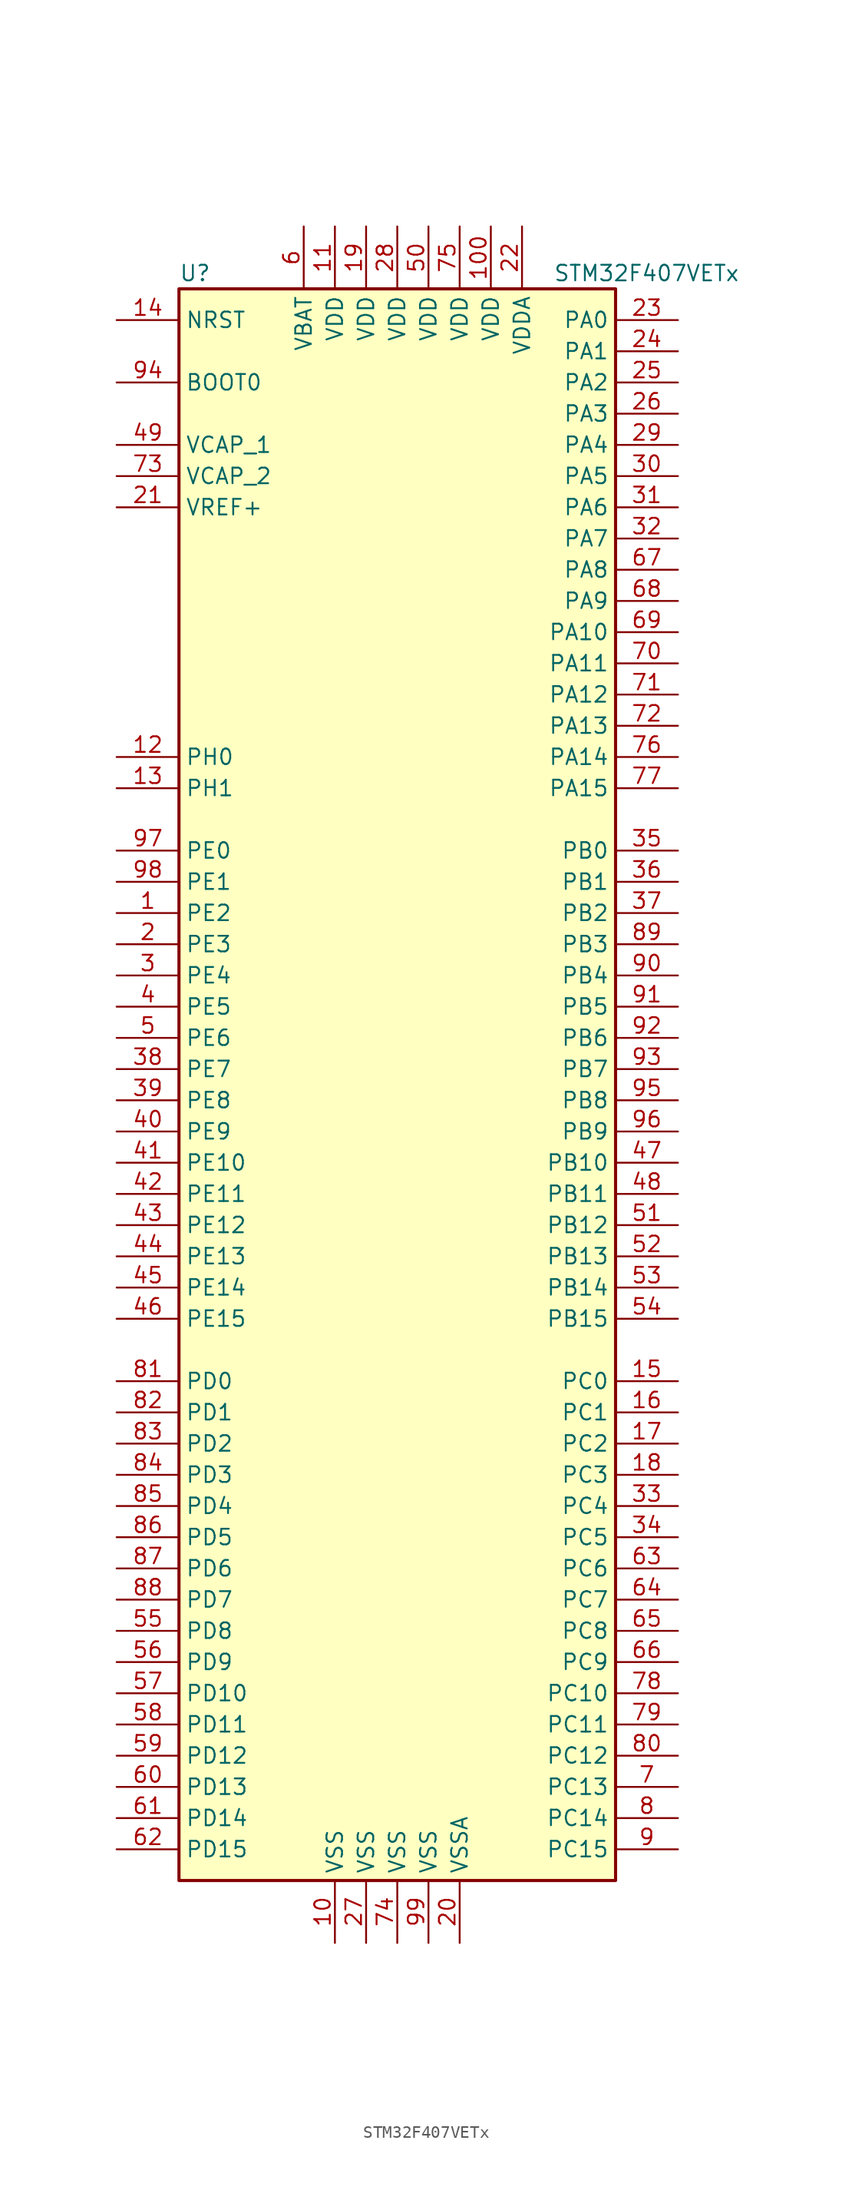
<source format=kicad_sym>
(kicad_symbol_lib
  (version 20211014)
  (generator kicad_symbol_editor)
  (symbol "STM32F407VETx"
    (property "Reference" "U"
      (at -17.78 64.77 0)
      (effects (font (size 1.27 1.27)) (justify left)))
    (property "Value" "STM32F407VETx"
      (at 12.7 64.77 0)
      (effects (font (size 1.27 1.27)) (justify left)))
    (symbol "STM32F407VETx_0_1"
      (rectangle (start -17.78 -66.04) (end 17.78 63.5) (stroke (width 0.254) (type default) (color 0 0 0 0)) (fill (type background))))
    (symbol "STM32F407VETx_1_1"
      (pin bidirectional line (at -22.86 12.7 0) (length 5.08) (name "PE2" (effects (font (size 1.27 1.27)))) (number "1" (effects (font (size 1.27 1.27)))))
      (pin power_in line (at -5.08 -71.12 90) (length 5.08) (name "VSS" (effects (font (size 1.27 1.27)))) (number "10" (effects (font (size 1.27 1.27)))))
      (pin power_in line (at 7.62 68.58 270) (length 5.08) (name "VDD" (effects (font (size 1.27 1.27)))) (number "100" (effects (font (size 1.27 1.27)))))
      (pin power_in line (at -5.08 68.58 270) (length 5.08) (name "VDD" (effects (font (size 1.27 1.27)))) (number "11" (effects (font (size 1.27 1.27)))))
      (pin input line (at -22.86 25.4 0) (length 5.08) (name "PH0" (effects (font (size 1.27 1.27)))) (number "12" (effects (font (size 1.27 1.27)))))
      (pin input line (at -22.86 22.86 0) (length 5.08) (name "PH1" (effects (font (size 1.27 1.27)))) (number "13" (effects (font (size 1.27 1.27)))))
      (pin input line (at -22.86 60.96 0) (length 5.08) (name "NRST" (effects (font (size 1.27 1.27)))) (number "14" (effects (font (size 1.27 1.27)))))
      (pin bidirectional line (at 22.86 -25.4 180) (length 5.08) (name "PC0" (effects (font (size 1.27 1.27)))) (number "15" (effects (font (size 1.27 1.27)))))
      (pin bidirectional line (at 22.86 -27.94 180) (length 5.08) (name "PC1" (effects (font (size 1.27 1.27)))) (number "16" (effects (font (size 1.27 1.27)))))
      (pin bidirectional line (at 22.86 -30.48 180) (length 5.08) (name "PC2" (effects (font (size 1.27 1.27)))) (number "17" (effects (font (size 1.27 1.27)))))
      (pin bidirectional line (at 22.86 -33.02 180) (length 5.08) (name "PC3" (effects (font (size 1.27 1.27)))) (number "18" (effects (font (size 1.27 1.27)))))
      (pin power_in line (at -2.54 68.58 270) (length 5.08) (name "VDD" (effects (font (size 1.27 1.27)))) (number "19" (effects (font (size 1.27 1.27)))))
      (pin bidirectional line (at -22.86 10.16 0) (length 5.08) (name "PE3" (effects (font (size 1.27 1.27)))) (number "2" (effects (font (size 1.27 1.27)))))
      (pin power_in line (at 5.08 -71.12 90) (length 5.08) (name "VSSA" (effects (font (size 1.27 1.27)))) (number "20" (effects (font (size 1.27 1.27)))))
      (pin power_in line (at -22.86 45.72 0) (length 5.08) (name "VREF+" (effects (font (size 1.27 1.27)))) (number "21" (effects (font (size 1.27 1.27)))))
      (pin power_in line (at 10.16 68.58 270) (length 5.08) (name "VDDA" (effects (font (size 1.27 1.27)))) (number "22" (effects (font (size 1.27 1.27)))))
      (pin bidirectional line (at 22.86 60.96 180) (length 5.08) (name "PA0" (effects (font (size 1.27 1.27)))) (number "23" (effects (font (size 1.27 1.27)))))
      (pin bidirectional line (at 22.86 58.42 180) (length 5.08) (name "PA1" (effects (font (size 1.27 1.27)))) (number "24" (effects (font (size 1.27 1.27)))))
      (pin bidirectional line (at 22.86 55.88 180) (length 5.08) (name "PA2" (effects (font (size 1.27 1.27)))) (number "25" (effects (font (size 1.27 1.27)))))
      (pin bidirectional line (at 22.86 53.34 180) (length 5.08) (name "PA3" (effects (font (size 1.27 1.27)))) (number "26" (effects (font (size 1.27 1.27)))))
      (pin power_in line (at -2.54 -71.12 90) (length 5.08) (name "VSS" (effects (font (size 1.27 1.27)))) (number "27" (effects (font (size 1.27 1.27)))))
      (pin power_in line (at 0 68.58 270) (length 5.08) (name "VDD" (effects (font (size 1.27 1.27)))) (number "28" (effects (font (size 1.27 1.27)))))
      (pin bidirectional line (at 22.86 50.8 180) (length 5.08) (name "PA4" (effects (font (size 1.27 1.27)))) (number "29" (effects (font (size 1.27 1.27)))))
      (pin bidirectional line (at -22.86 7.62 0) (length 5.08) (name "PE4" (effects (font (size 1.27 1.27)))) (number "3" (effects (font (size 1.27 1.27)))))
      (pin bidirectional line (at 22.86 48.26 180) (length 5.08) (name "PA5" (effects (font (size 1.27 1.27)))) (number "30" (effects (font (size 1.27 1.27)))))
      (pin bidirectional line (at 22.86 45.72 180) (length 5.08) (name "PA6" (effects (font (size 1.27 1.27)))) (number "31" (effects (font (size 1.27 1.27)))))
      (pin bidirectional line (at 22.86 43.18 180) (length 5.08) (name "PA7" (effects (font (size 1.27 1.27)))) (number "32" (effects (font (size 1.27 1.27)))))
      (pin bidirectional line (at 22.86 -35.56 180) (length 5.08) (name "PC4" (effects (font (size 1.27 1.27)))) (number "33" (effects (font (size 1.27 1.27)))))
      (pin bidirectional line (at 22.86 -38.1 180) (length 5.08) (name "PC5" (effects (font (size 1.27 1.27)))) (number "34" (effects (font (size 1.27 1.27)))))
      (pin bidirectional line (at 22.86 17.78 180) (length 5.08) (name "PB0" (effects (font (size 1.27 1.27)))) (number "35" (effects (font (size 1.27 1.27)))))
      (pin bidirectional line (at 22.86 15.24 180) (length 5.08) (name "PB1" (effects (font (size 1.27 1.27)))) (number "36" (effects (font (size 1.27 1.27)))))
      (pin bidirectional line (at 22.86 12.7 180) (length 5.08) (name "PB2" (effects (font (size 1.27 1.27)))) (number "37" (effects (font (size 1.27 1.27)))))
      (pin bidirectional line (at -22.86 0 0) (length 5.08) (name "PE7" (effects (font (size 1.27 1.27)))) (number "38" (effects (font (size 1.27 1.27)))))
      (pin bidirectional line (at -22.86 -2.54 0) (length 5.08) (name "PE8" (effects (font (size 1.27 1.27)))) (number "39" (effects (font (size 1.27 1.27)))))
      (pin bidirectional line (at -22.86 5.08 0) (length 5.08) (name "PE5" (effects (font (size 1.27 1.27)))) (number "4" (effects (font (size 1.27 1.27)))))
      (pin bidirectional line (at -22.86 -5.08 0) (length 5.08) (name "PE9" (effects (font (size 1.27 1.27)))) (number "40" (effects (font (size 1.27 1.27)))))
      (pin bidirectional line (at -22.86 -7.62 0) (length 5.08) (name "PE10" (effects (font (size 1.27 1.27)))) (number "41" (effects (font (size 1.27 1.27)))))
      (pin bidirectional line (at -22.86 -10.16 0) (length 5.08) (name "PE11" (effects (font (size 1.27 1.27)))) (number "42" (effects (font (size 1.27 1.27)))))
      (pin bidirectional line (at -22.86 -12.7 0) (length 5.08) (name "PE12" (effects (font (size 1.27 1.27)))) (number "43" (effects (font (size 1.27 1.27)))))
      (pin bidirectional line (at -22.86 -15.24 0) (length 5.08) (name "PE13" (effects (font (size 1.27 1.27)))) (number "44" (effects (font (size 1.27 1.27)))))
      (pin bidirectional line (at -22.86 -17.78 0) (length 5.08) (name "PE14" (effects (font (size 1.27 1.27)))) (number "45" (effects (font (size 1.27 1.27)))))
      (pin bidirectional line (at -22.86 -20.32 0) (length 5.08) (name "PE15" (effects (font (size 1.27 1.27)))) (number "46" (effects (font (size 1.27 1.27)))))
      (pin bidirectional line (at 22.86 -7.62 180) (length 5.08) (name "PB10" (effects (font (size 1.27 1.27)))) (number "47" (effects (font (size 1.27 1.27)))))
      (pin bidirectional line (at 22.86 -10.16 180) (length 5.08) (name "PB11" (effects (font (size 1.27 1.27)))) (number "48" (effects (font (size 1.27 1.27)))))
      (pin power_in line (at -22.86 50.8 0) (length 5.08) (name "VCAP_1" (effects (font (size 1.27 1.27)))) (number "49" (effects (font (size 1.27 1.27)))))
      (pin bidirectional line (at -22.86 2.54 0) (length 5.08) (name "PE6" (effects (font (size 1.27 1.27)))) (number "5" (effects (font (size 1.27 1.27)))))
      (pin power_in line (at 2.54 68.58 270) (length 5.08) (name "VDD" (effects (font (size 1.27 1.27)))) (number "50" (effects (font (size 1.27 1.27)))))
      (pin bidirectional line (at 22.86 -12.7 180) (length 5.08) (name "PB12" (effects (font (size 1.27 1.27)))) (number "51" (effects (font (size 1.27 1.27)))))
      (pin bidirectional line (at 22.86 -15.24 180) (length 5.08) (name "PB13" (effects (font (size 1.27 1.27)))) (number "52" (effects (font (size 1.27 1.27)))))
      (pin bidirectional line (at 22.86 -17.78 180) (length 5.08) (name "PB14" (effects (font (size 1.27 1.27)))) (number "53" (effects (font (size 1.27 1.27)))))
      (pin bidirectional line (at 22.86 -20.32 180) (length 5.08) (name "PB15" (effects (font (size 1.27 1.27)))) (number "54" (effects (font (size 1.27 1.27)))))
      (pin bidirectional line (at -22.86 -45.72 0) (length 5.08) (name "PD8" (effects (font (size 1.27 1.27)))) (number "55" (effects (font (size 1.27 1.27)))))
      (pin bidirectional line (at -22.86 -48.26 0) (length 5.08) (name "PD9" (effects (font (size 1.27 1.27)))) (number "56" (effects (font (size 1.27 1.27)))))
      (pin bidirectional line (at -22.86 -50.8 0) (length 5.08) (name "PD10" (effects (font (size 1.27 1.27)))) (number "57" (effects (font (size 1.27 1.27)))))
      (pin bidirectional line (at -22.86 -53.34 0) (length 5.08) (name "PD11" (effects (font (size 1.27 1.27)))) (number "58" (effects (font (size 1.27 1.27)))))
      (pin bidirectional line (at -22.86 -55.88 0) (length 5.08) (name "PD12" (effects (font (size 1.27 1.27)))) (number "59" (effects (font (size 1.27 1.27)))))
      (pin power_in line (at -7.62 68.58 270) (length 5.08) (name "VBAT" (effects (font (size 1.27 1.27)))) (number "6" (effects (font (size 1.27 1.27)))))
      (pin bidirectional line (at -22.86 -58.42 0) (length 5.08) (name "PD13" (effects (font (size 1.27 1.27)))) (number "60" (effects (font (size 1.27 1.27)))))
      (pin bidirectional line (at -22.86 -60.96 0) (length 5.08) (name "PD14" (effects (font (size 1.27 1.27)))) (number "61" (effects (font (size 1.27 1.27)))))
      (pin bidirectional line (at -22.86 -63.5 0) (length 5.08) (name "PD15" (effects (font (size 1.27 1.27)))) (number "62" (effects (font (size 1.27 1.27)))))
      (pin bidirectional line (at 22.86 -40.64 180) (length 5.08) (name "PC6" (effects (font (size 1.27 1.27)))) (number "63" (effects (font (size 1.27 1.27)))))
      (pin bidirectional line (at 22.86 -43.18 180) (length 5.08) (name "PC7" (effects (font (size 1.27 1.27)))) (number "64" (effects (font (size 1.27 1.27)))))
      (pin bidirectional line (at 22.86 -45.72 180) (length 5.08) (name "PC8" (effects (font (size 1.27 1.27)))) (number "65" (effects (font (size 1.27 1.27)))))
      (pin bidirectional line (at 22.86 -48.26 180) (length 5.08) (name "PC9" (effects (font (size 1.27 1.27)))) (number "66" (effects (font (size 1.27 1.27)))))
      (pin bidirectional line (at 22.86 40.64 180) (length 5.08) (name "PA8" (effects (font (size 1.27 1.27)))) (number "67" (effects (font (size 1.27 1.27)))))
      (pin bidirectional line (at 22.86 38.1 180) (length 5.08) (name "PA9" (effects (font (size 1.27 1.27)))) (number "68" (effects (font (size 1.27 1.27)))))
      (pin bidirectional line (at 22.86 35.56 180) (length 5.08) (name "PA10" (effects (font (size 1.27 1.27)))) (number "69" (effects (font (size 1.27 1.27)))))
      (pin bidirectional line (at 22.86 -58.42 180) (length 5.08) (name "PC13" (effects (font (size 1.27 1.27)))) (number "7" (effects (font (size 1.27 1.27)))))
      (pin bidirectional line (at 22.86 33.02 180) (length 5.08) (name "PA11" (effects (font (size 1.27 1.27)))) (number "70" (effects (font (size 1.27 1.27)))))
      (pin bidirectional line (at 22.86 30.48 180) (length 5.08) (name "PA12" (effects (font (size 1.27 1.27)))) (number "71" (effects (font (size 1.27 1.27)))))
      (pin bidirectional line (at 22.86 27.94 180) (length 5.08) (name "PA13" (effects (font (size 1.27 1.27)))) (number "72" (effects (font (size 1.27 1.27)))))
      (pin power_in line (at -22.86 48.26 0) (length 5.08) (name "VCAP_2" (effects (font (size 1.27 1.27)))) (number "73" (effects (font (size 1.27 1.27)))))
      (pin power_in line (at 0 -71.12 90) (length 5.08) (name "VSS" (effects (font (size 1.27 1.27)))) (number "74" (effects (font (size 1.27 1.27)))))
      (pin power_in line (at 5.08 68.58 270) (length 5.08) (name "VDD" (effects (font (size 1.27 1.27)))) (number "75" (effects (font (size 1.27 1.27)))))
      (pin bidirectional line (at 22.86 25.4 180) (length 5.08) (name "PA14" (effects (font (size 1.27 1.27)))) (number "76" (effects (font (size 1.27 1.27)))))
      (pin bidirectional line (at 22.86 22.86 180) (length 5.08) (name "PA15" (effects (font (size 1.27 1.27)))) (number "77" (effects (font (size 1.27 1.27)))))
      (pin bidirectional line (at 22.86 -50.8 180) (length 5.08) (name "PC10" (effects (font (size 1.27 1.27)))) (number "78" (effects (font (size 1.27 1.27)))))
      (pin bidirectional line (at 22.86 -53.34 180) (length 5.08) (name "PC11" (effects (font (size 1.27 1.27)))) (number "79" (effects (font (size 1.27 1.27)))))
      (pin bidirectional line (at 22.86 -60.96 180) (length 5.08) (name "PC14" (effects (font (size 1.27 1.27)))) (number "8" (effects (font (size 1.27 1.27)))))
      (pin bidirectional line (at 22.86 -55.88 180) (length 5.08) (name "PC12" (effects (font (size 1.27 1.27)))) (number "80" (effects (font (size 1.27 1.27)))))
      (pin bidirectional line (at -22.86 -25.4 0) (length 5.08) (name "PD0" (effects (font (size 1.27 1.27)))) (number "81" (effects (font (size 1.27 1.27)))))
      (pin bidirectional line (at -22.86 -27.94 0) (length 5.08) (name "PD1" (effects (font (size 1.27 1.27)))) (number "82" (effects (font (size 1.27 1.27)))))
      (pin bidirectional line (at -22.86 -30.48 0) (length 5.08) (name "PD2" (effects (font (size 1.27 1.27)))) (number "83" (effects (font (size 1.27 1.27)))))
      (pin bidirectional line (at -22.86 -33.02 0) (length 5.08) (name "PD3" (effects (font (size 1.27 1.27)))) (number "84" (effects (font (size 1.27 1.27)))))
      (pin bidirectional line (at -22.86 -35.56 0) (length 5.08) (name "PD4" (effects (font (size 1.27 1.27)))) (number "85" (effects (font (size 1.27 1.27)))))
      (pin bidirectional line (at -22.86 -38.1 0) (length 5.08) (name "PD5" (effects (font (size 1.27 1.27)))) (number "86" (effects (font (size 1.27 1.27)))))
      (pin bidirectional line (at -22.86 -40.64 0) (length 5.08) (name "PD6" (effects (font (size 1.27 1.27)))) (number "87" (effects (font (size 1.27 1.27)))))
      (pin bidirectional line (at -22.86 -43.18 0) (length 5.08) (name "PD7" (effects (font (size 1.27 1.27)))) (number "88" (effects (font (size 1.27 1.27)))))
      (pin bidirectional line (at 22.86 10.16 180) (length 5.08) (name "PB3" (effects (font (size 1.27 1.27)))) (number "89" (effects (font (size 1.27 1.27)))))
      (pin bidirectional line (at 22.86 -63.5 180) (length 5.08) (name "PC15" (effects (font (size 1.27 1.27)))) (number "9" (effects (font (size 1.27 1.27)))))
      (pin bidirectional line (at 22.86 7.62 180) (length 5.08) (name "PB4" (effects (font (size 1.27 1.27)))) (number "90" (effects (font (size 1.27 1.27)))))
      (pin bidirectional line (at 22.86 5.08 180) (length 5.08) (name "PB5" (effects (font (size 1.27 1.27)))) (number "91" (effects (font (size 1.27 1.27)))))
      (pin bidirectional line (at 22.86 2.54 180) (length 5.08) (name "PB6" (effects (font (size 1.27 1.27)))) (number "92" (effects (font (size 1.27 1.27)))))
      (pin bidirectional line (at 22.86 0 180) (length 5.08) (name "PB7" (effects (font (size 1.27 1.27)))) (number "93" (effects (font (size 1.27 1.27)))))
      (pin input line (at -22.86 55.88 0) (length 5.08) (name "BOOT0" (effects (font (size 1.27 1.27)))) (number "94" (effects (font (size 1.27 1.27)))))
      (pin bidirectional line (at 22.86 -2.54 180) (length 5.08) (name "PB8" (effects (font (size 1.27 1.27)))) (number "95" (effects (font (size 1.27 1.27)))))
      (pin bidirectional line (at 22.86 -5.08 180) (length 5.08) (name "PB9" (effects (font (size 1.27 1.27)))) (number "96" (effects (font (size 1.27 1.27)))))
      (pin bidirectional line (at -22.86 17.78 0) (length 5.08) (name "PE0" (effects (font (size 1.27 1.27)))) (number "97" (effects (font (size 1.27 1.27)))))
      (pin bidirectional line (at -22.86 15.24 0) (length 5.08) (name "PE1" (effects (font (size 1.27 1.27)))) (number "98" (effects (font (size 1.27 1.27)))))
      (pin power_in line (at 2.54 -71.12 90) (length 5.08) (name "VSS" (effects (font (size 1.27 1.27)))) (number "99" (effects (font (size 1.27 1.27))))))))
</source>
